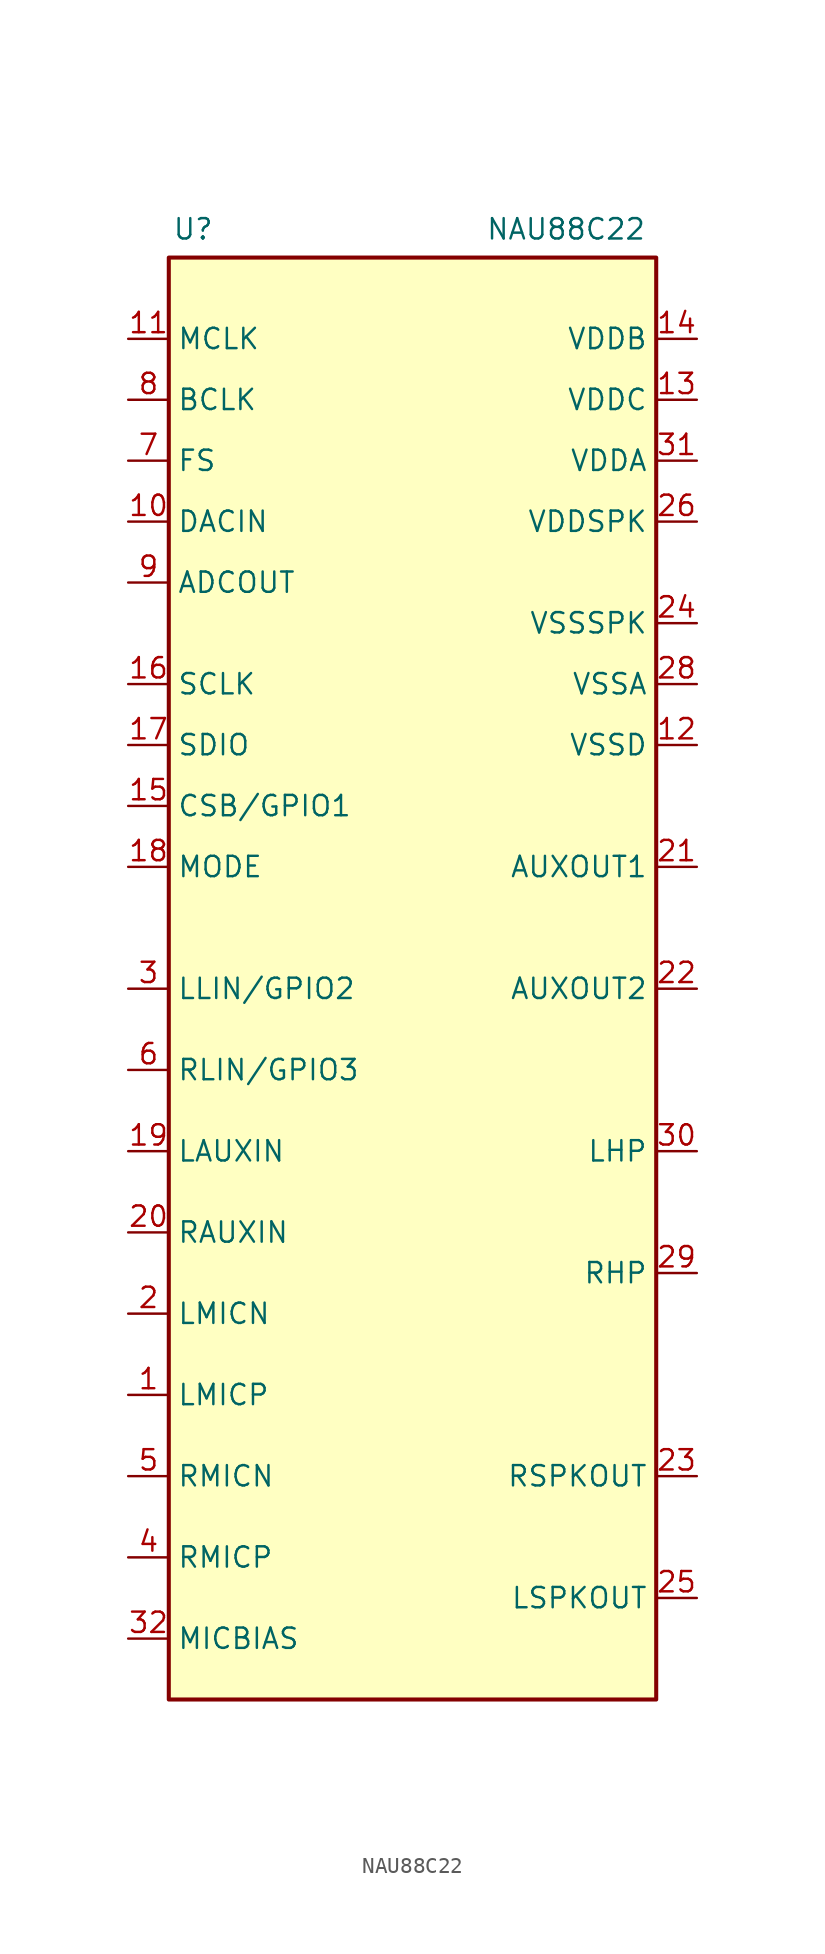
<source format=kicad_sym>
(kicad_symbol_lib
  (version 20241209)
  (generator "kicad_symbol_editor")
  (generator_version "9.0")
  (symbol "NAU88C22"
    (property "Reference" "U"
      (at -13.716 29.718 0)
      (effects (font (size 1.27 1.27))))
    (property "Value" "NAU88C22"
      (at 4.572 29.718 0)
      (effects (font (size 1.27 1.27)) (justify left)))
    (symbol "NAU88C22_0_1"
      (rectangle (start -15.24 27.94) (end 15.24 -62.23) (stroke (width 0.254) (type default)) (fill (type background))))
    (symbol "NAU88C22_1_1"
      (pin input line (at -17.78 22.86 0) (length 2.54) (name "MCLK" (effects (font (size 1.27 1.27)))) (number "11" (effects (font (size 1.27 1.27)))))
      (pin bidirectional line (at -17.78 19.05 0) (length 2.54) (name "BCLK" (effects (font (size 1.27 1.27)))) (number "8" (effects (font (size 1.27 1.27)))))
      (pin bidirectional line (at -17.78 15.24 0) (length 2.54) (name "FS" (effects (font (size 1.27 1.27)))) (number "7" (effects (font (size 1.27 1.27)))))
      (pin input line (at -17.78 11.43 0) (length 2.54) (name "DACIN" (effects (font (size 1.27 1.27)))) (number "10" (effects (font (size 1.27 1.27)))))
      (pin output line (at -17.78 7.62 0) (length 2.54) (name "ADCOUT" (effects (font (size 1.27 1.27)))) (number "9" (effects (font (size 1.27 1.27)))))
      (pin bidirectional line (at -17.78 1.27 0) (length 2.54) (name "SCLK" (effects (font (size 1.27 1.27)))) (number "16" (effects (font (size 1.27 1.27)))))
      (pin bidirectional line (at -17.78 -2.54 0) (length 2.54) (name "SDIO" (effects (font (size 1.27 1.27)))) (number "17" (effects (font (size 1.27 1.27)))))
      (pin bidirectional line (at -17.78 -6.35 0) (length 2.54) (name "CSB/GPIO1" (effects (font (size 1.27 1.27)))) (number "15" (effects (font (size 1.27 1.27)))))
      (pin bidirectional line (at -17.78 -10.16 0) (length 2.54) (name "MODE" (effects (font (size 1.27 1.27)))) (number "18" (effects (font (size 1.27 1.27)))))
      (pin bidirectional line (at -17.78 -17.78 0) (length 2.54) (name "LLIN/GPIO2" (effects (font (size 1.27 1.27)))) (number "3" (effects (font (size 1.27 1.27)))))
      (pin bidirectional line (at -17.78 -22.86 0) (length 2.54) (name "RLIN/GPIO3" (effects (font (size 1.27 1.27)))) (number "6" (effects (font (size 1.27 1.27)))))
      (pin bidirectional line (at -17.78 -27.94 0) (length 2.54) (name "LAUXIN" (effects (font (size 1.27 1.27)))) (number "19" (effects (font (size 1.27 1.27)))))
      (pin bidirectional line (at -17.78 -33.02 0) (length 2.54) (name "RAUXIN" (effects (font (size 1.27 1.27)))) (number "20" (effects (font (size 1.27 1.27)))))
      (pin bidirectional line (at -17.78 -38.1 0) (length 2.54) (name "LMICN" (effects (font (size 1.27 1.27)))) (number "2" (effects (font (size 1.27 1.27)))))
      (pin bidirectional line (at -17.78 -43.18 0) (length 2.54) (name "LMICP" (effects (font (size 1.27 1.27)))) (number "1" (effects (font (size 1.27 1.27)))))
      (pin bidirectional line (at -17.78 -48.26 0) (length 2.54) (name "RMICN" (effects (font (size 1.27 1.27)))) (number "5" (effects (font (size 1.27 1.27)))))
      (pin bidirectional line (at -17.78 -53.34 0) (length 2.54) (name "RMICP" (effects (font (size 1.27 1.27)))) (number "4" (effects (font (size 1.27 1.27)))))
      (pin bidirectional line (at -17.78 -58.42 0) (length 2.54) (name "MICBIAS" (effects (font (size 1.27 1.27)))) (number "32" (effects (font (size 1.27 1.27)))))
      (pin power_in line (at 17.78 22.86 180) (length 2.54) (name "VDDB" (effects (font (size 1.27 1.27)))) (number "14" (effects (font (size 1.27 1.27)))))
      (pin power_in line (at 17.78 19.05 180) (length 2.54) (name "VDDC" (effects (font (size 1.27 1.27)))) (number "13" (effects (font (size 1.27 1.27)))))
      (pin power_in line (at 17.78 15.24 180) (length 2.54) (name "VDDA" (effects (font (size 1.27 1.27)))) (number "31" (effects (font (size 1.27 1.27)))))
      (pin power_in line (at 17.78 11.43 180) (length 2.54) (name "VDDSPK" (effects (font (size 1.27 1.27)))) (number "26" (effects (font (size 1.27 1.27)))))
      (pin power_out line (at 17.78 5.08 180) (length 2.54) (name "VSSSPK" (effects (font (size 1.27 1.27)))) (number "24" (effects (font (size 1.27 1.27)))))
      (pin power_out line (at 17.78 1.27 180) (length 2.54) (name "VSSA" (effects (font (size 1.27 1.27)))) (number "28" (effects (font (size 1.27 1.27)))))
      (pin power_out line (at 17.78 -2.54 180) (length 2.54) (name "VSSD" (effects (font (size 1.27 1.27)))) (number "12" (effects (font (size 1.27 1.27)))))
      (pin output line (at 17.78 -10.16 180) (length 2.54) (name "AUXOUT1" (effects (font (size 1.27 1.27)))) (number "21" (effects (font (size 1.27 1.27)))))
      (pin output line (at 17.78 -17.78 180) (length 2.54) (name "AUXOUT2" (effects (font (size 1.27 1.27)))) (number "22" (effects (font (size 1.27 1.27)))))
      (pin output line (at 17.78 -27.94 180) (length 2.54) (name "LHP" (effects (font (size 1.27 1.27)))) (number "30" (effects (font (size 1.27 1.27)))))
      (pin output line (at 17.78 -35.56 180) (length 2.54) (name "RHP" (effects (font (size 1.27 1.27)))) (number "29" (effects (font (size 1.27 1.27)))))
      (pin output line (at 17.78 -48.26 180) (length 2.54) (name "RSPKOUT" (effects (font (size 1.27 1.27)))) (number "23" (effects (font (size 1.27 1.27)))))
      (pin output line (at 17.78 -55.88 180) (length 2.54) (name "LSPKOUT" (effects (font (size 1.27 1.27)))) (number "25" (effects (font (size 1.27 1.27))))))))
</source>
